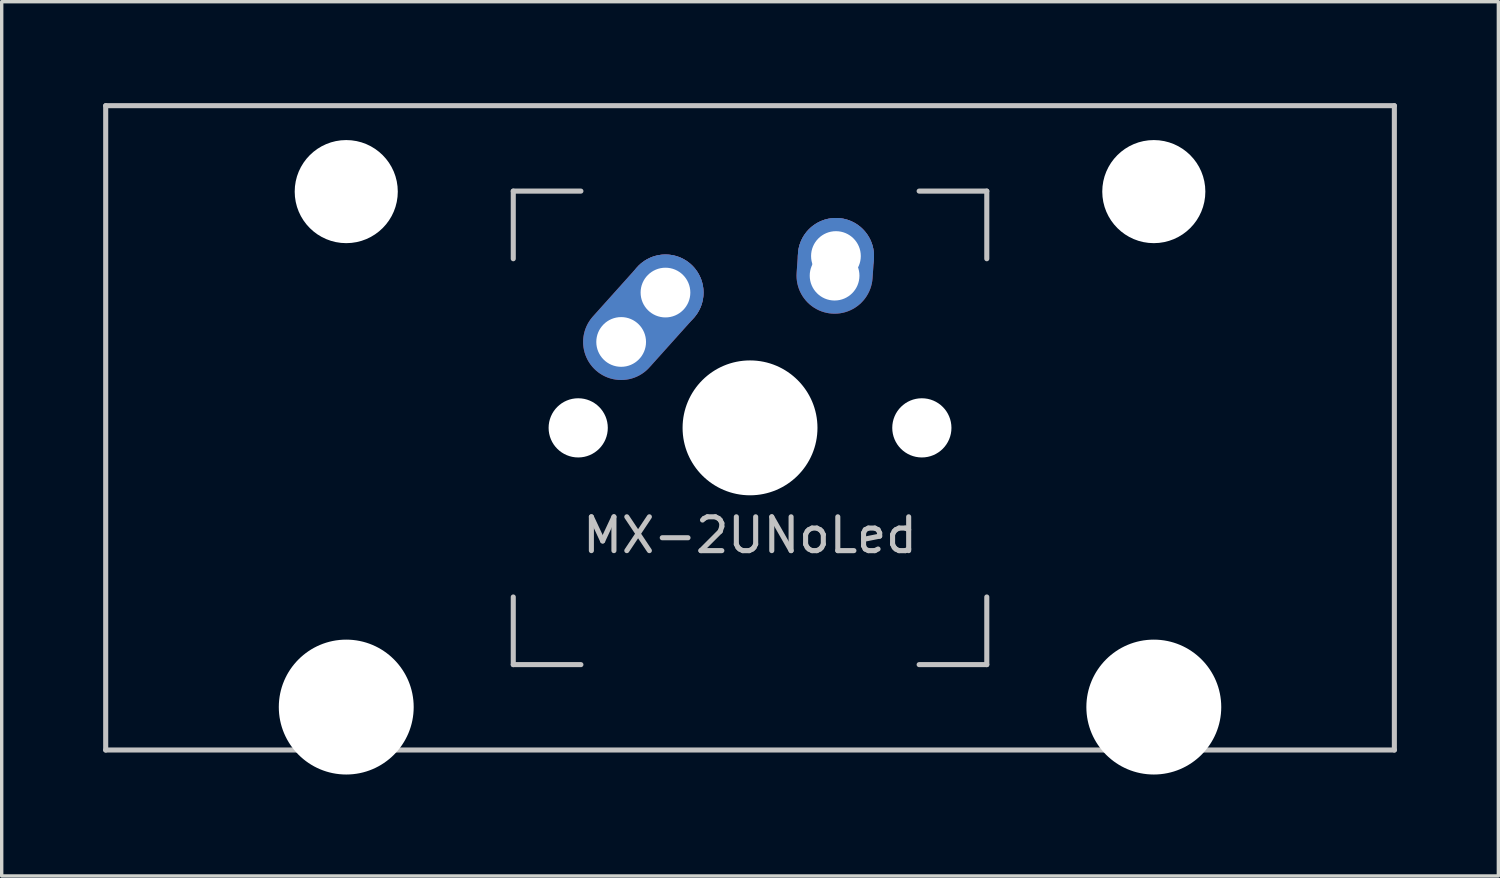
<source format=kicad_pcb>
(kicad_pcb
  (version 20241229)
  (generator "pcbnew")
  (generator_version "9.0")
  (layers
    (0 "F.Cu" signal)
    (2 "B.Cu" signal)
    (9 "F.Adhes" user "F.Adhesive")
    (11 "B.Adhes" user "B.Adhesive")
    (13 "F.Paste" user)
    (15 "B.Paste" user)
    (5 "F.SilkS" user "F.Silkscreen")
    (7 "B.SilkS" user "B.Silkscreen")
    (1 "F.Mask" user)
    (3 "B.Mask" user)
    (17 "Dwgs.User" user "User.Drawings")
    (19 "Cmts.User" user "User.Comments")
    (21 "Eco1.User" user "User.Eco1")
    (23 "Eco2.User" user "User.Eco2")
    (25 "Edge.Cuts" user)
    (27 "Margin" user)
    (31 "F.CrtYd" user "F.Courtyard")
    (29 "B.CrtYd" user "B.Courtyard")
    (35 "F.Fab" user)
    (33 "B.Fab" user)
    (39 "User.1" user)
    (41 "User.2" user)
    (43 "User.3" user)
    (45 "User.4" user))
  (footprint "MX-2UNoLed"
    (layer "F.Cu")
    (at 19.125 9.6)
    (property "Reference" "MX-2UNoLed" (at 0 3.175 0) (layer "Dwgs.User") (effects (font (size 1 1) (thickness 0.15))))
    (attr through_hole)
    (fp_line (start -19.05 -9.525) (end 19.05 -9.525) (stroke (width 0.15) (type solid)) (layer "Dwgs.User"))
    (fp_line (start -19.05 9.525) (end -19.05 -9.525) (stroke (width 0.15) (type solid)) (layer "Dwgs.User"))
    (fp_line (start -19.05 9.525) (end 19.05 9.525) (stroke (width 0.15) (type solid)) (layer "Dwgs.User"))
    (fp_line (start -7 -7) (end -7 -5) (stroke (width 0.15) (type solid)) (layer "Dwgs.User"))
    (fp_line (start -7 5) (end -7 7) (stroke (width 0.15) (type solid)) (layer "Dwgs.User"))
    (fp_line (start -7 7) (end -5 7) (stroke (width 0.15) (type solid)) (layer "Dwgs.User"))
    (fp_line (start -5 -7) (end -7 -7) (stroke (width 0.15) (type solid)) (layer "Dwgs.User"))
    (fp_line (start 5 -7) (end 7 -7) (stroke (width 0.15) (type solid)) (layer "Dwgs.User"))
    (fp_line (start 5 7) (end 7 7) (stroke (width 0.15) (type solid)) (layer "Dwgs.User"))
    (fp_line (start 7 -7) (end 7 -5) (stroke (width 0.15) (type solid)) (layer "Dwgs.User"))
    (fp_line (start 7 7) (end 7 5) (stroke (width 0.15) (type solid)) (layer "Dwgs.User"))
    (fp_line (start 19.05 -9.525) (end 19.05 9.525) (stroke (width 0.15) (type solid)) (layer "Dwgs.User"))
    (pad "" np_thru_hole circle (at -11.938 -6.985) (size 3.048 3.048) (drill 3.048) (layers "*.Cu" "*.Mask"))
    (pad "" np_thru_hole circle (at -11.938 8.255) (size 3.988 3.988) (drill 3.988) (layers "*.Cu" "*.Mask"))
    (pad "" np_thru_hole circle (at -5.08 0 48.1) (size 1.75 1.75) (drill 1.75) (layers "*.Cu" "*.Mask"))
    (pad "" np_thru_hole circle (at 0 0) (size 3.988 3.988) (drill 3.988) (layers "*.Cu" "*.Mask"))
    (pad "" np_thru_hole circle (at 5.08 0 48.1) (size 1.75 1.75) (drill 1.75) (layers "*.Cu" "*.Mask"))
    (pad "" np_thru_hole circle (at 11.938 -6.985) (size 3.048 3.048) (drill 3.048) (layers "*.Cu" "*.Mask"))
    (pad "" np_thru_hole circle (at 11.938 8.255) (size 3.988 3.988) (drill 3.988) (layers "*.Cu" "*.Mask"))
    (pad "1" thru_hole oval (at -3.81 -2.54 48.1) (size 4.212 2.25) (drill 1.47 (offset 0.981 0)) (layers "*.Cu" "B.Mask"))
    (pad "1" thru_hole circle (at -2.5 -4) (size 2.25 2.25) (drill 1.47) (layers "*.Cu" "B.Mask"))
    (pad "2" thru_hole oval (at 2.5 -4.5 86.055) (size 2.831 2.25) (drill 1.47 (offset 0.291 0)) (layers "*.Cu" "B.Mask"))
    (pad "2" thru_hole circle (at 2.54 -5.08) (size 2.25 2.25) (drill 1.47) (layers "*.Cu" "B.Mask")))
  (gr_rect
    (start -3 -3)
    (end 41.25 22.849)
    (stroke (width 0.1) (type default))
    (fill no)
    (layer "Edge.Cuts")))
</source>
